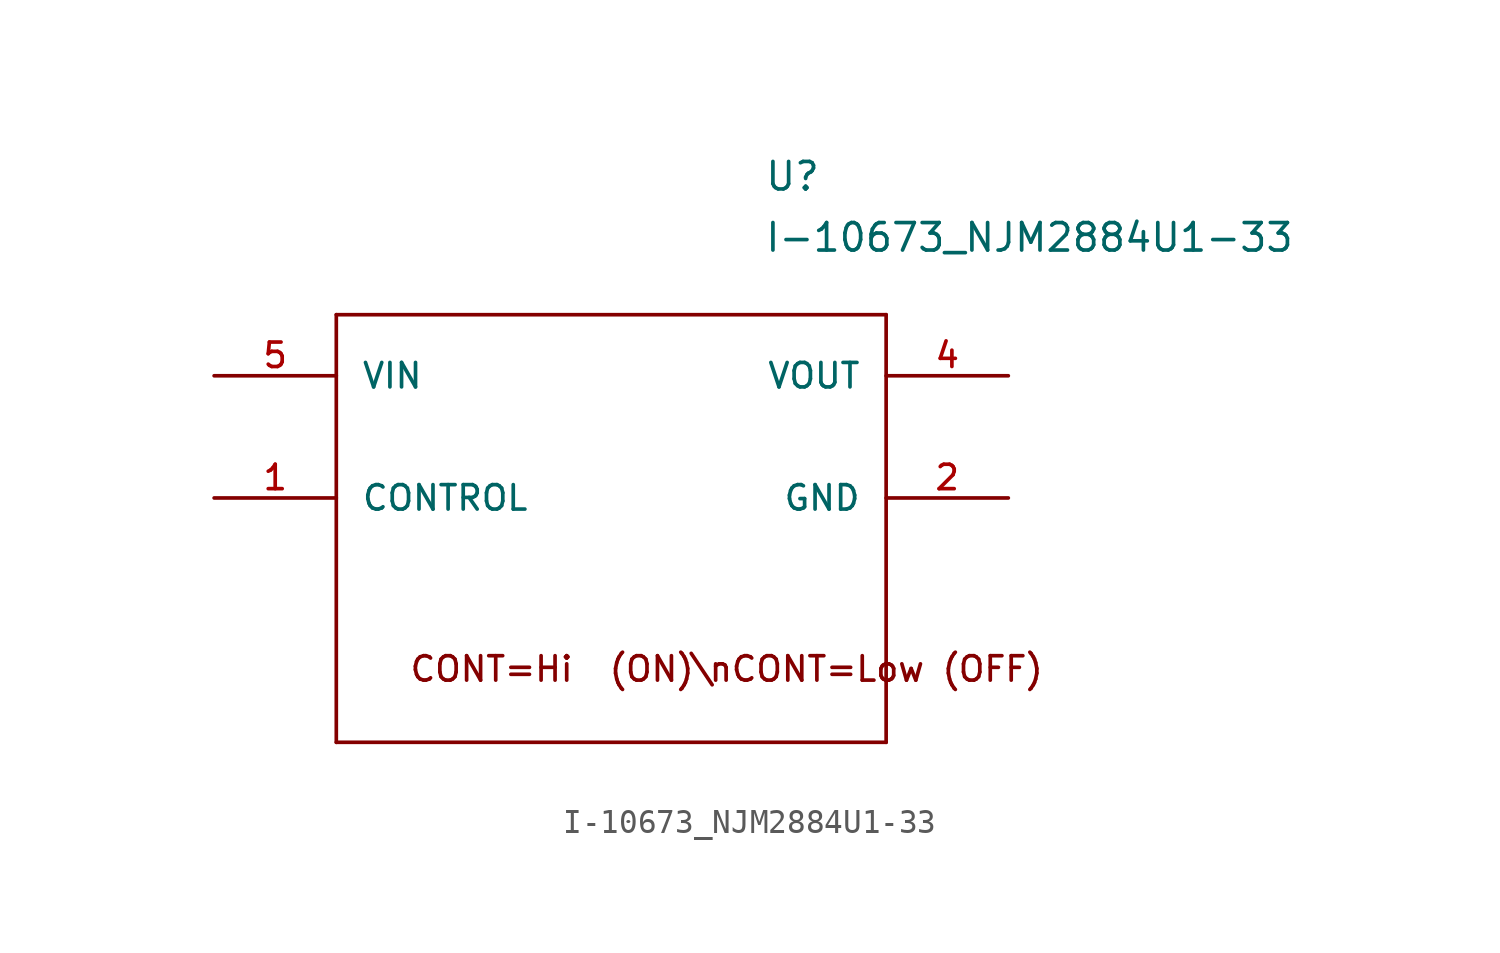
<source format=kicad_sym>
(kicad_symbol_lib
  (version 20211014)
  (generator kicad_symbol_editor)
  (symbol "I-10673_NJM2884U1-33"
    (pin_names
      (offset 1.016))
    (property "Reference" "U"
      (at 12.7 10.16 0)
      (effects (font (size 1.143 1.143)) (justify left bottom)))
    (property "Value" "I-10673_NJM2884U1-33"
      (at 12.7 7.62 0)
      (effects (font (size 1.143 1.143)) (justify left bottom)))
    (property "ki_locked" ""
      (at 0 0 0)
      (effects (font (size 1.27 1.27))))
    (symbol "I-10673_NJM2884U1-33_1_0"
      (polyline (pts (xy -5.08 -12.7) (xy -5.08 5.08)) (stroke (width 0) (type default) (color 0 0 0 0)) (fill (type none)))
      (polyline (pts (xy -5.08 5.08) (xy 17.78 5.08)) (stroke (width 0) (type default) (color 0 0 0 0)) (fill (type none)))
      (polyline (pts (xy 17.78 -12.7) (xy -5.08 -12.7)) (stroke (width 0) (type default) (color 0 0 0 0)) (fill (type none)))
      (polyline (pts (xy 17.78 5.08) (xy 17.78 -12.7)) (stroke (width 0) (type default) (color 0 0 0 0)) (fill (type none)))
      (text "CONT=Hi  (ON)\\nCONT=Low (OFF)" (at 11.151 -9.652 0) (effects (font (size 1.016 1.016)))))
    (symbol "I-10673_NJM2884U1-33_1_1"
      (pin bidirectional line (at -10.16 -2.54 0) (length 5.08) (name "CONTROL" (effects (font (size 1.016 1.016)))) (number "1" (effects (font (size 1.016 1.016)))))
      (pin bidirectional line (at 22.86 -2.54 180) (length 5.08) (name "GND" (effects (font (size 1.016 1.016)))) (number "2" (effects (font (size 1.016 1.016)))))
      (pin bidirectional line (at 22.86 2.54 180) (length 5.08) (name "VOUT" (effects (font (size 1.016 1.016)))) (number "4" (effects (font (size 1.016 1.016)))))
      (pin bidirectional line (at -10.16 2.54 0) (length 5.08) (name "VIN" (effects (font (size 1.016 1.016)))) (number "5" (effects (font (size 1.016 1.016))))))))
</source>
